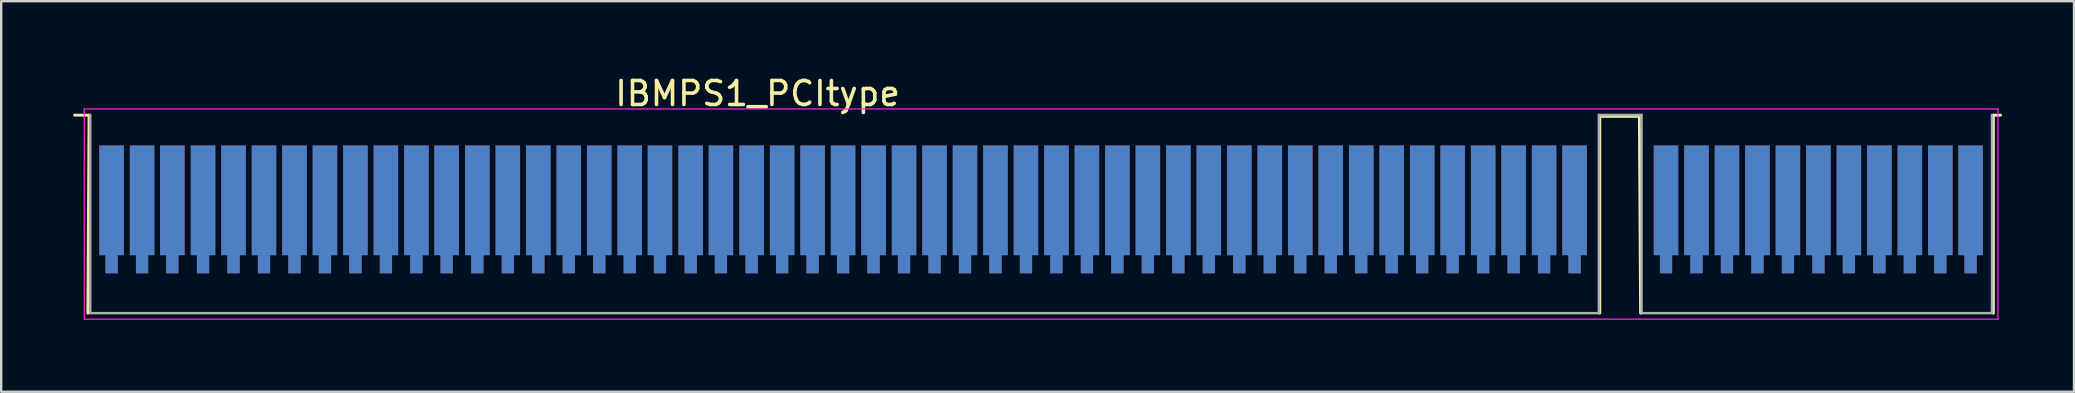
<source format=kicad_pcb>
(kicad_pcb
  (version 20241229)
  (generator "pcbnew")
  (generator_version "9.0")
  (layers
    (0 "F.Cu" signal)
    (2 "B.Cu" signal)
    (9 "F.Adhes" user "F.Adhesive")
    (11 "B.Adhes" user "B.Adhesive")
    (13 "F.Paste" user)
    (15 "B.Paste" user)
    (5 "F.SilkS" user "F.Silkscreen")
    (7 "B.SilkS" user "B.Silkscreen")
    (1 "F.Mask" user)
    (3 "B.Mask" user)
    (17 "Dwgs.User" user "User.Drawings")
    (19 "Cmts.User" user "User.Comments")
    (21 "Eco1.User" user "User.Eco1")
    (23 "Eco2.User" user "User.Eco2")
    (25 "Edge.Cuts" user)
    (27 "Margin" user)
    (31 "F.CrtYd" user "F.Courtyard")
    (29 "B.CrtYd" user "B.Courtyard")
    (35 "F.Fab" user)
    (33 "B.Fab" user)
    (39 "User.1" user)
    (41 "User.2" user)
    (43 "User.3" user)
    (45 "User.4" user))
  (footprint "IBMPS1_PCItype"
    (layer "F.Cu")
    (at 40.33 6.628)
    (property "Reference" "IBMPS1_PCItype" (at -11.81 -5.78 0) (layer "F.SilkS") (effects (font (size 1 1) (thickness 0.15))))
    (attr smd)
    (fp_line (start -40.27 -4.88) (end -39.67 -4.88) (stroke (width 0.12) (type solid)) (layer "F.SilkS"))
    (fp_line (start -39.67 -4.88) (end -39.72 3.37) (stroke (width 0.12) (type solid)) (layer "F.SilkS"))
    (fp_line (start 23.28 -4.83) (end 24.93 -4.83) (stroke (width 0.12) (type solid)) (layer "F.SilkS"))
    (fp_line (start 23.28 3.37) (end 23.28 -4.83) (stroke (width 0.12) (type solid)) (layer "F.SilkS"))
    (fp_line (start 24.93 -4.83) (end 24.98 3.37) (stroke (width 0.12) (type solid)) (layer "F.SilkS"))
    (fp_line (start 39.68 -4.88) (end 39.98 -4.88) (stroke (width 0.12) (type solid)) (layer "F.SilkS"))
    (fp_line (start 39.68 3.37) (end 39.68 -4.88) (stroke (width 0.12) (type solid)) (layer "F.SilkS"))
    (fp_line (start -39.87 -5.14) (end -39.87 3.62) (stroke (width 0.05) (type solid)) (layer "F.CrtYd"))
    (fp_line (start -39.87 -5.14) (end 39.87 -5.14) (stroke (width 0.05) (type solid)) (layer "F.CrtYd"))
    (fp_line (start 39.87 3.62) (end -39.87 3.62) (stroke (width 0.05) (type solid)) (layer "F.CrtYd"))
    (fp_line (start 39.87 3.62) (end 39.87 -5.14) (stroke (width 0.05) (type solid)) (layer "F.CrtYd"))
    (fp_line (start -39.62 -4.89) (end -39.62 3.37) (stroke (width 0.1) (type solid)) (layer "F.Fab"))
    (fp_line (start -39.62 3.37) (end 23.24 3.37) (stroke (width 0.1) (type solid)) (layer "F.Fab"))
    (fp_line (start 23.24 -4.89) (end 25.02 -4.89) (stroke (width 0.1) (type solid)) (layer "F.Fab"))
    (fp_line (start 23.24 3.37) (end 23.24 -4.89) (stroke (width 0.1) (type solid)) (layer "F.Fab"))
    (fp_line (start 25.02 -4.89) (end 25.02 3.37) (stroke (width 0.1) (type solid)) (layer "F.Fab"))
    (fp_line (start 25.02 3.37) (end 39.62 3.37) (stroke (width 0.1) (type solid)) (layer "F.Fab"))
    (fp_line (start 39.62 3.37) (end 39.62 -4.89) (stroke (width 0.1) (type solid)) (layer "F.Fab"))
    (pad "A1" connect rect (at -38.73 -1.33) (size 1.02 4.57) (layers "B.Cu" "B.Mask"))
    (pad "A1" connect rect (at -38.73 1.33) (size 0.51 0.76) (layers "B.Cu" "B.Mask"))
    (pad "A2" connect rect (at -37.46 -1.33) (size 1.02 4.57) (layers "B.Cu" "B.Mask"))
    (pad "A2" connect rect (at -37.46 1.33) (size 0.51 0.76) (layers "B.Cu" "B.Mask"))
    (pad "A3" connect rect (at -36.2 -1.33) (size 1.02 4.57) (layers "B.Cu" "B.Mask"))
    (pad "A3" connect rect (at -36.2 1.33) (size 0.51 0.76) (layers "B.Cu" "B.Mask"))
    (pad "A4" connect rect (at -34.92 -1.33) (size 1.02 4.57) (layers "B.Cu" "B.Mask"))
    (pad "A4" connect rect (at -34.92 1.33) (size 0.51 0.76) (layers "B.Cu" "B.Mask"))
    (pad "A5" connect rect (at -33.65 -1.33) (size 1.02 4.57) (layers "B.Cu" "B.Mask"))
    (pad "A5" connect rect (at -33.65 1.33) (size 0.51 0.76) (layers "B.Cu" "B.Mask"))
    (pad "A6" connect rect (at -32.38 -1.33) (size 1.02 4.57) (layers "B.Cu" "B.Mask"))
    (pad "A6" connect rect (at -32.38 1.33) (size 0.51 0.76) (layers "B.Cu" "B.Mask"))
    (pad "A7" connect rect (at -31.11 -1.33) (size 1.02 4.57) (layers "B.Cu" "B.Mask"))
    (pad "A7" connect rect (at -31.11 1.33) (size 0.51 0.76) (layers "B.Cu" "B.Mask"))
    (pad "A8" connect rect (at -29.84 -1.33) (size 1.02 4.57) (layers "B.Cu" "B.Mask"))
    (pad "A8" connect rect (at -29.84 1.33) (size 0.51 0.76) (layers "B.Cu" "B.Mask"))
    (pad "A9" connect rect (at -28.57 -1.33) (size 1.02 4.57) (layers "B.Cu" "B.Mask"))
    (pad "A9" connect rect (at -28.57 1.33) (size 0.51 0.76) (layers "B.Cu" "B.Mask"))
    (pad "A10" connect rect (at -27.3 -1.33) (size 1.02 4.57) (layers "B.Cu" "B.Mask"))
    (pad "A10" connect rect (at -27.3 1.33) (size 0.51 0.76) (layers "B.Cu" "B.Mask"))
    (pad "A11" connect rect (at -26.03 -1.33) (size 1.02 4.57) (layers "B.Cu" "B.Mask"))
    (pad "A11" connect rect (at -26.03 1.33) (size 0.51 0.76) (layers "B.Cu" "B.Mask"))
    (pad "A12" connect rect (at -24.77 -1.33) (size 1.02 4.57) (layers "B.Cu" "B.Mask"))
    (pad "A12" connect rect (at -24.77 1.33) (size 0.51 0.76) (layers "B.Cu" "B.Mask"))
    (pad "A13" connect rect (at -23.49 -1.33) (size 1.02 4.57) (layers "B.Cu" "B.Mask"))
    (pad "A13" connect rect (at -23.49 1.33) (size 0.51 0.76) (layers "B.Cu" "B.Mask"))
    (pad "A14" connect rect (at -22.22 -1.33) (size 1.02 4.57) (layers "B.Cu" "B.Mask"))
    (pad "A14" connect rect (at -22.22 1.33) (size 0.51 0.76) (layers "B.Cu" "B.Mask"))
    (pad "A15" connect rect (at -20.95 -1.33) (size 1.02 4.57) (layers "B.Cu" "B.Mask"))
    (pad "A15" connect rect (at -20.95 1.33) (size 0.51 0.76) (layers "B.Cu" "B.Mask"))
    (pad "A16" connect rect (at -19.68 -1.33) (size 1.02 4.57) (layers "B.Cu" "B.Mask"))
    (pad "A16" connect rect (at -19.68 1.33) (size 0.51 0.76) (layers "B.Cu" "B.Mask"))
    (pad "A17" connect rect (at -18.41 -1.33) (size 1.02 4.57) (layers "B.Cu" "B.Mask"))
    (pad "A17" connect rect (at -18.41 1.33) (size 0.51 0.76) (layers "B.Cu" "B.Mask"))
    (pad "A18" connect rect (at -17.14 -1.33) (size 1.02 4.57) (layers "B.Cu" "B.Mask"))
    (pad "A18" connect rect (at -17.14 1.33) (size 0.51 0.76) (layers "B.Cu" "B.Mask"))
    (pad "A19" connect rect (at -15.88 -1.33) (size 1.02 4.57) (layers "B.Cu" "B.Mask"))
    (pad "A19" connect rect (at -15.88 1.33) (size 0.51 0.76) (layers "B.Cu" "B.Mask"))
    (pad "A20" connect rect (at -14.6 -1.33) (size 1.02 4.57) (layers "B.Cu" "B.Mask"))
    (pad "A20" connect rect (at -14.6 1.33) (size 0.51 0.76) (layers "B.Cu" "B.Mask"))
    (pad "A21" connect rect (at -13.34 -1.33) (size 1.02 4.57) (layers "B.Cu" "B.Mask"))
    (pad "A21" connect rect (at -13.34 1.33) (size 0.51 0.76) (layers "B.Cu" "B.Mask"))
    (pad "A22" connect rect (at -12.06 -1.33) (size 1.02 4.57) (layers "B.Cu" "B.Mask"))
    (pad "A22" connect rect (at -12.06 1.33) (size 0.51 0.76) (layers "B.Cu" "B.Mask"))
    (pad "A23" connect rect (at -10.79 -1.33) (size 1.02 4.57) (layers "B.Cu" "B.Mask"))
    (pad "A23" connect rect (at -10.79 1.33) (size 0.51 0.76) (layers "B.Cu" "B.Mask"))
    (pad "A24" connect rect (at -9.52 -1.33) (size 1.02 4.57) (layers "B.Cu" "B.Mask"))
    (pad "A24" connect rect (at -9.52 1.33) (size 0.51 0.76) (layers "B.Cu" "B.Mask"))
    (pad "A25" connect rect (at -8.25 -1.33) (size 1.02 4.57) (layers "B.Cu" "B.Mask"))
    (pad "A25" connect rect (at -8.25 1.33) (size 0.51 0.76) (layers "B.Cu" "B.Mask"))
    (pad "A26" connect rect (at -6.98 -1.33) (size 1.02 4.57) (layers "B.Cu" "B.Mask"))
    (pad "A26" connect rect (at -6.98 1.33) (size 0.51 0.76) (layers "B.Cu" "B.Mask"))
    (pad "A27" connect rect (at -5.71 -1.33) (size 1.02 4.57) (layers "B.Cu" "B.Mask"))
    (pad "A27" connect rect (at -5.71 1.33) (size 0.51 0.76) (layers "B.Cu" "B.Mask"))
    (pad "A28" connect rect (at -4.44 -1.33) (size 1.02 4.57) (layers "B.Cu" "B.Mask"))
    (pad "A28" connect rect (at -4.44 1.33) (size 0.51 0.76) (layers "B.Cu" "B.Mask"))
    (pad "A29" connect rect (at -3.17 -1.33) (size 1.02 4.57) (layers "B.Cu" "B.Mask"))
    (pad "A29" connect rect (at -3.17 1.33) (size 0.51 0.76) (layers "B.Cu" "B.Mask"))
    (pad "A30" connect rect (at -1.9 -1.33) (size 1.02 4.57) (layers "B.Cu" "B.Mask"))
    (pad "A30" connect rect (at -1.9 1.33) (size 0.51 0.76) (layers "B.Cu" "B.Mask"))
    (pad "A31" connect rect (at -0.63 -1.33) (size 1.02 4.57) (layers "B.Cu" "B.Mask"))
    (pad "A31" connect rect (at -0.63 1.33) (size 0.51 0.76) (layers "B.Cu" "B.Mask"))
    (pad "A32" connect rect (at 0.64 -1.33) (size 1.02 4.57) (layers "B.Cu" "B.Mask"))
    (pad "A32" connect rect (at 0.64 1.33) (size 0.51 0.76) (layers "B.Cu" "B.Mask"))
    (pad "A33" connect rect (at 1.91 -1.33) (size 1.02 4.57) (layers "B.Cu" "B.Mask"))
    (pad "A33" connect rect (at 1.91 1.33) (size 0.51 0.76) (layers "B.Cu" "B.Mask"))
    (pad "A34" connect rect (at 3.18 -1.33) (size 1.02 4.57) (layers "B.Cu" "B.Mask"))
    (pad "A34" connect rect (at 3.18 1.33) (size 0.51 0.76) (layers "B.Cu" "B.Mask"))
    (pad "A35" connect rect (at 4.45 -1.33) (size 1.02 4.57) (layers "B.Cu" "B.Mask"))
    (pad "A35" connect rect (at 4.45 1.33) (size 0.51 0.76) (layers "B.Cu" "B.Mask"))
    (pad "A36" connect rect (at 5.72 -1.33) (size 1.02 4.57) (layers "B.Cu" "B.Mask"))
    (pad "A36" connect rect (at 5.72 1.33) (size 0.51 0.76) (layers "B.Cu" "B.Mask"))
    (pad "A37" connect rect (at 6.99 -1.33) (size 1.02 4.57) (layers "B.Cu" "B.Mask"))
    (pad "A37" connect rect (at 6.99 1.33) (size 0.51 0.76) (layers "B.Cu" "B.Mask"))
    (pad "A38" connect rect (at 8.26 -1.33) (size 1.02 4.57) (layers "B.Cu" "B.Mask"))
    (pad "A38" connect rect (at 8.26 1.33) (size 0.51 0.76) (layers "B.Cu" "B.Mask"))
    (pad "A39" connect rect (at 9.53 -1.33) (size 1.02 4.57) (layers "B.Cu" "B.Mask"))
    (pad "A39" connect rect (at 9.53 1.33) (size 0.51 0.76) (layers "B.Cu" "B.Mask"))
    (pad "A40" connect rect (at 10.8 -1.33) (size 1.02 4.57) (layers "B.Cu" "B.Mask"))
    (pad "A40" connect rect (at 10.8 1.33) (size 0.51 0.76) (layers "B.Cu" "B.Mask"))
    (pad "A41" connect rect (at 12.07 -1.33) (size 1.02 4.57) (layers "B.Cu" "B.Mask"))
    (pad "A41" connect rect (at 12.07 1.33) (size 0.51 0.76) (layers "B.Cu" "B.Mask"))
    (pad "A42" connect rect (at 13.34 -1.33) (size 1.02 4.57) (layers "B.Cu" "B.Mask"))
    (pad "A42" connect rect (at 13.34 1.33) (size 0.51 0.76) (layers "B.Cu" "B.Mask"))
    (pad "A43" connect rect (at 14.61 -1.33) (size 1.02 4.57) (layers "B.Cu" "B.Mask"))
    (pad "A43" connect rect (at 14.61 1.33) (size 0.51 0.76) (layers "B.Cu" "B.Mask"))
    (pad "A44" connect rect (at 15.88 -1.33) (size 1.02 4.57) (layers "B.Cu" "B.Mask"))
    (pad "A44" connect rect (at 15.88 1.33) (size 0.51 0.76) (layers "B.Cu" "B.Mask"))
    (pad "A45" connect rect (at 17.15 -1.33) (size 1.02 4.57) (layers "B.Cu" "B.Mask"))
    (pad "A45" connect rect (at 17.15 1.33) (size 0.51 0.76) (layers "B.Cu" "B.Mask"))
    (pad "A46" connect rect (at 18.42 -1.33) (size 1.02 4.57) (layers "B.Cu" "B.Mask"))
    (pad "A46" connect rect (at 18.42 1.33) (size 0.51 0.76) (layers "B.Cu" "B.Mask"))
    (pad "A47" connect rect (at 19.69 -1.33) (size 1.02 4.57) (layers "B.Cu" "B.Mask"))
    (pad "A47" connect rect (at 19.69 1.33) (size 0.51 0.76) (layers "B.Cu" "B.Mask"))
    (pad "A48" connect rect (at 20.96 -1.33) (size 1.02 4.57) (layers "B.Cu" "B.Mask"))
    (pad "A48" connect rect (at 20.96 1.33) (size 0.51 0.76) (layers "B.Cu" "B.Mask"))
    (pad "A49" connect rect (at 22.23 -1.33) (size 1.02 4.57) (layers "B.Cu" "B.Mask"))
    (pad "A49" connect rect (at 22.23 1.33) (size 0.51 0.76) (layers "B.Cu" "B.Mask"))
    (pad "A52" connect rect (at 26.04 -1.33) (size 1.02 4.57) (layers "B.Cu" "B.Mask"))
    (pad "A52" connect rect (at 26.04 1.33) (size 0.51 0.76) (layers "B.Cu" "B.Mask"))
    (pad "A53" connect rect (at 27.31 -1.33) (size 1.02 4.57) (layers "B.Cu" "B.Mask"))
    (pad "A53" connect rect (at 27.31 1.33) (size 0.51 0.76) (layers "B.Cu" "B.Mask"))
    (pad "A54" connect rect (at 28.58 -1.33) (size 1.02 4.57) (layers "B.Cu" "B.Mask"))
    (pad "A54" connect rect (at 28.58 1.33) (size 0.51 0.76) (layers "B.Cu" "B.Mask"))
    (pad "A55" connect rect (at 29.85 -1.33) (size 1.02 4.57) (layers "B.Cu" "B.Mask"))
    (pad "A55" connect rect (at 29.85 1.33) (size 0.51 0.76) (layers "B.Cu" "B.Mask"))
    (pad "A56" connect rect (at 31.12 -1.33) (size 1.02 4.57) (layers "B.Cu" "B.Mask"))
    (pad "A56" connect rect (at 31.12 1.33) (size 0.51 0.76) (layers "B.Cu" "B.Mask"))
    (pad "A57" connect rect (at 32.39 -1.33) (size 1.02 4.57) (layers "B.Cu" "B.Mask"))
    (pad "A57" connect rect (at 32.39 1.33) (size 0.51 0.76) (layers "B.Cu" "B.Mask"))
    (pad "A58" connect rect (at 33.66 -1.33) (size 1.02 4.57) (layers "B.Cu" "B.Mask"))
    (pad "A58" connect rect (at 33.66 1.33) (size 0.51 0.76) (layers "B.Cu" "B.Mask"))
    (pad "A59" connect rect (at 34.93 -1.33) (size 1.02 4.57) (layers "B.Cu" "B.Mask"))
    (pad "A59" connect rect (at 34.93 1.33) (size 0.51 0.76) (layers "B.Cu" "B.Mask"))
    (pad "A60" connect rect (at 36.2 -1.33) (size 1.02 4.57) (layers "B.Cu" "B.Mask"))
    (pad "A60" connect rect (at 36.2 1.33) (size 0.51 0.76) (layers "B.Cu" "B.Mask"))
    (pad "A61" connect rect (at 37.47 -1.33) (size 1.02 4.57) (layers "B.Cu" "B.Mask"))
    (pad "A61" connect rect (at 37.47 1.33) (size 0.51 0.76) (layers "B.Cu" "B.Mask"))
    (pad "A62" connect rect (at 38.73 -1.33) (size 1.02 4.57) (layers "B.Cu" "B.Mask"))
    (pad "A62" connect rect (at 38.73 1.33) (size 0.51 0.76) (layers "B.Cu" "B.Mask"))
    (pad "B1" connect rect (at -38.73 -1.33) (size 1.02 4.57) (layers "F.Cu" "F.Mask"))
    (pad "B1" connect rect (at -38.73 1.33) (size 0.51 0.76) (layers "F.Cu" "F.Mask"))
    (pad "B2" connect rect (at -37.46 -1.33) (size 1.02 4.57) (layers "F.Cu" "F.Mask"))
    (pad "B2" connect rect (at -37.46 1.33) (size 0.51 0.76) (layers "F.Cu" "F.Mask"))
    (pad "B3" connect rect (at -36.2 -1.33) (size 1.02 4.57) (layers "F.Cu" "F.Mask"))
    (pad "B3" connect rect (at -36.2 1.33) (size 0.51 0.76) (layers "F.Cu" "F.Mask"))
    (pad "B4" connect rect (at -34.92 -1.33) (size 1.02 4.57) (layers "F.Cu" "F.Mask"))
    (pad "B4" connect rect (at -34.92 1.33) (size 0.51 0.76) (layers "F.Cu" "F.Mask"))
    (pad "B5" connect rect (at -33.65 -1.33) (size 1.02 4.57) (layers "F.Cu" "F.Mask"))
    (pad "B5" connect rect (at -33.65 1.33) (size 0.51 0.76) (layers "F.Cu" "F.Mask"))
    (pad "B6" connect rect (at -32.38 -1.33) (size 1.02 4.57) (layers "F.Cu" "F.Mask"))
    (pad "B6" connect rect (at -32.38 1.33) (size 0.51 0.76) (layers "F.Cu" "F.Mask"))
    (pad "B7" connect rect (at -31.11 -1.33) (size 1.02 4.57) (layers "F.Cu" "F.Mask"))
    (pad "B7" connect rect (at -31.11 1.33) (size 0.51 0.76) (layers "F.Cu" "F.Mask"))
    (pad "B8" connect rect (at -29.84 -1.33) (size 1.02 4.57) (layers "F.Cu" "F.Mask"))
    (pad "B8" connect rect (at -29.84 1.33) (size 0.51 0.76) (layers "F.Cu" "F.Mask"))
    (pad "B9" connect rect (at -28.57 -1.33) (size 1.02 4.57) (layers "F.Cu" "F.Mask"))
    (pad "B9" connect rect (at -28.57 1.33) (size 0.51 0.76) (layers "F.Cu" "F.Mask"))
    (pad "B10" connect rect (at -27.3 -1.33) (size 1.02 4.57) (layers "F.Cu" "F.Mask"))
    (pad "B10" connect rect (at -27.3 1.33) (size 0.51 0.76) (layers "F.Cu" "F.Mask"))
    (pad "B11" connect rect (at -26.03 -1.33) (size 1.02 4.57) (layers "F.Cu" "F.Mask"))
    (pad "B11" connect rect (at -26.03 1.33) (size 0.51 0.76) (layers "F.Cu" "F.Mask"))
    (pad "B12" connect rect (at -24.77 -1.33) (size 1.02 4.57) (layers "F.Cu" "F.Mask"))
    (pad "B12" connect rect (at -24.77 1.33) (size 0.51 0.76) (layers "F.Cu" "F.Mask"))
    (pad "B13" connect rect (at -23.49 -1.33) (size 1.02 4.57) (layers "F.Cu" "F.Mask"))
    (pad "B13" connect rect (at -23.49 1.33) (size 0.51 0.76) (layers "F.Cu" "F.Mask"))
    (pad "B14" connect rect (at -22.22 -1.33) (size 1.02 4.57) (layers "F.Cu" "F.Mask"))
    (pad "B14" connect rect (at -22.22 1.33) (size 0.51 0.76) (layers "F.Cu" "F.Mask"))
    (pad "B15" connect rect (at -20.95 -1.33) (size 1.02 4.57) (layers "F.Cu" "F.Mask"))
    (pad "B15" connect rect (at -20.95 1.33) (size 0.51 0.76) (layers "F.Cu" "F.Mask"))
    (pad "B16" connect rect (at -19.68 -1.33) (size 1.02 4.57) (layers "F.Cu" "F.Mask"))
    (pad "B16" connect rect (at -19.68 1.33) (size 0.51 0.76) (layers "F.Cu" "F.Mask"))
    (pad "B17" connect rect (at -18.41 -1.33) (size 1.02 4.57) (layers "F.Cu" "F.Mask"))
    (pad "B17" connect rect (at -18.41 1.33) (size 0.51 0.76) (layers "F.Cu" "F.Mask"))
    (pad "B18" connect rect (at -17.14 -1.33) (size 1.02 4.57) (layers "F.Cu" "F.Mask"))
    (pad "B18" connect rect (at -17.14 1.33) (size 0.51 0.76) (layers "F.Cu" "F.Mask"))
    (pad "B19" connect rect (at -15.88 -1.33) (size 1.02 4.57) (layers "F.Cu" "F.Mask"))
    (pad "B19" connect rect (at -15.88 1.33) (size 0.51 0.76) (layers "F.Cu" "F.Mask"))
    (pad "B20" connect rect (at -14.6 -1.33) (size 1.02 4.57) (layers "F.Cu" "F.Mask"))
    (pad "B20" connect rect (at -14.6 1.33) (size 0.51 0.76) (layers "F.Cu" "F.Mask"))
    (pad "B21" connect rect (at -13.34 -1.33) (size 1.02 4.57) (layers "F.Cu" "F.Mask"))
    (pad "B21" connect rect (at -13.34 1.33) (size 0.51 0.76) (layers "F.Cu" "F.Mask"))
    (pad "B22" connect rect (at -12.06 -1.33) (size 1.02 4.57) (layers "F.Cu" "F.Mask"))
    (pad "B22" connect rect (at -12.06 1.33) (size 0.51 0.76) (layers "F.Cu" "F.Mask"))
    (pad "B23" connect rect (at -10.79 -1.33) (size 1.02 4.57) (layers "F.Cu" "F.Mask"))
    (pad "B23" connect rect (at -10.79 1.33) (size 0.51 0.76) (layers "F.Cu" "F.Mask"))
    (pad "B24" connect rect (at -9.52 -1.33) (size 1.02 4.57) (layers "F.Cu" "F.Mask"))
    (pad "B24" connect rect (at -9.52 1.33) (size 0.51 0.76) (layers "F.Cu" "F.Mask"))
    (pad "B25" connect rect (at -8.25 -1.33) (size 1.02 4.57) (layers "F.Cu" "F.Mask"))
    (pad "B25" connect rect (at -8.25 1.33) (size 0.51 0.76) (layers "F.Cu" "F.Mask"))
    (pad "B26" connect rect (at -6.98 -1.33) (size 1.02 4.57) (layers "F.Cu" "F.Mask"))
    (pad "B26" connect rect (at -6.98 1.33) (size 0.51 0.76) (layers "F.Cu" "F.Mask"))
    (pad "B27" connect rect (at -5.71 -1.33) (size 1.02 4.57) (layers "F.Cu" "F.Mask"))
    (pad "B27" connect rect (at -5.71 1.33) (size 0.51 0.76) (layers "F.Cu" "F.Mask"))
    (pad "B28" connect rect (at -4.44 -1.33) (size 1.02 4.57) (layers "F.Cu" "F.Mask"))
    (pad "B28" connect rect (at -4.44 1.33) (size 0.51 0.76) (layers "F.Cu" "F.Mask"))
    (pad "B29" connect rect (at -3.17 -1.33) (size 1.02 4.57) (layers "F.Cu" "F.Mask"))
    (pad "B29" connect rect (at -3.17 1.33) (size 0.51 0.76) (layers "F.Cu" "F.Mask"))
    (pad "B30" connect rect (at -1.9 -1.33) (size 1.02 4.57) (layers "F.Cu" "F.Mask"))
    (pad "B30" connect rect (at -1.9 1.33) (size 0.51 0.76) (layers "F.Cu" "F.Mask"))
    (pad "B31" connect rect (at -0.63 -1.33) (size 1.02 4.57) (layers "F.Cu" "F.Mask"))
    (pad "B31" connect rect (at -0.63 1.33) (size 0.51 0.76) (layers "F.Cu" "F.Mask"))
    (pad "B32" connect rect (at 0.64 -1.33) (size 1.02 4.57) (layers "F.Cu" "F.Mask"))
    (pad "B32" connect rect (at 0.64 1.33) (size 0.51 0.76) (layers "F.Cu" "F.Mask"))
    (pad "B33" connect rect (at 1.91 -1.33) (size 1.02 4.57) (layers "F.Cu" "F.Mask"))
    (pad "B33" connect rect (at 1.91 1.33) (size 0.51 0.76) (layers "F.Cu" "F.Mask"))
    (pad "B34" connect rect (at 3.18 -1.33) (size 1.02 4.57) (layers "F.Cu" "F.Mask"))
    (pad "B34" connect rect (at 3.18 1.33) (size 0.51 0.76) (layers "F.Cu" "F.Mask"))
    (pad "B35" connect rect (at 4.45 -1.33) (size 1.02 4.57) (layers "F.Cu" "F.Mask"))
    (pad "B35" connect rect (at 4.45 1.33) (size 0.51 0.76) (layers "F.Cu" "F.Mask"))
    (pad "B36" connect rect (at 5.72 -1.33) (size 1.02 4.57) (layers "F.Cu" "F.Mask"))
    (pad "B36" connect rect (at 5.72 1.33) (size 0.51 0.76) (layers "F.Cu" "F.Mask"))
    (pad "B37" connect rect (at 6.99 -1.33) (size 1.02 4.57) (layers "F.Cu" "F.Mask"))
    (pad "B37" connect rect (at 6.99 1.33) (size 0.51 0.76) (layers "F.Cu" "F.Mask"))
    (pad "B38" connect rect (at 8.26 -1.33) (size 1.02 4.57) (layers "F.Cu" "F.Mask"))
    (pad "B38" connect rect (at 8.26 1.33) (size 0.51 0.76) (layers "F.Cu" "F.Mask"))
    (pad "B39" connect rect (at 9.53 -1.33) (size 1.02 4.57) (layers "F.Cu" "F.Mask"))
    (pad "B39" connect rect (at 9.53 1.33) (size 0.51 0.76) (layers "F.Cu" "F.Mask"))
    (pad "B40" connect rect (at 10.8 -1.33) (size 1.02 4.57) (layers "F.Cu" "F.Mask"))
    (pad "B40" connect rect (at 10.8 1.33) (size 0.51 0.76) (layers "F.Cu" "F.Mask"))
    (pad "B41" connect rect (at 12.07 -1.33) (size 1.02 4.57) (layers "F.Cu" "F.Mask"))
    (pad "B41" connect rect (at 12.07 1.33) (size 0.51 0.76) (layers "F.Cu" "F.Mask"))
    (pad "B42" connect rect (at 13.34 -1.33) (size 1.02 4.57) (layers "F.Cu" "F.Mask"))
    (pad "B42" connect rect (at 13.34 1.33) (size 0.51 0.76) (layers "F.Cu" "F.Mask"))
    (pad "B43" connect rect (at 14.61 -1.33) (size 1.02 4.57) (layers "F.Cu" "F.Mask"))
    (pad "B43" connect rect (at 14.61 1.33) (size 0.51 0.76) (layers "F.Cu" "F.Mask"))
    (pad "B44" connect rect (at 15.88 -1.33) (size 1.02 4.57) (layers "F.Cu" "F.Mask"))
    (pad "B44" connect rect (at 15.88 1.33) (size 0.51 0.76) (layers "F.Cu" "F.Mask"))
    (pad "B45" connect rect (at 17.15 -1.33) (size 1.02 4.57) (layers "F.Cu" "F.Mask"))
    (pad "B45" connect rect (at 17.15 1.33) (size 0.51 0.76) (layers "F.Cu" "F.Mask"))
    (pad "B46" connect rect (at 18.42 -1.33) (size 1.02 4.57) (layers "F.Cu" "F.Mask"))
    (pad "B46" connect rect (at 18.42 1.33) (size 0.51 0.76) (layers "F.Cu" "F.Mask"))
    (pad "B47" connect rect (at 19.69 -1.33) (size 1.02 4.57) (layers "F.Cu" "F.Mask"))
    (pad "B47" connect rect (at 19.69 1.33) (size 0.51 0.76) (layers "F.Cu" "F.Mask"))
    (pad "B48" connect rect (at 20.96 -1.33) (size 1.02 4.57) (layers "F.Cu" "F.Mask"))
    (pad "B48" connect rect (at 20.96 1.33) (size 0.51 0.76) (layers "F.Cu" "F.Mask"))
    (pad "B49" connect rect (at 22.23 -1.33) (size 1.02 4.57) (layers "F.Cu" "F.Mask"))
    (pad "B49" connect rect (at 22.23 1.33) (size 0.51 0.76) (layers "F.Cu" "F.Mask"))
    (pad "B52" connect rect (at 26.04 -1.33) (size 1.02 4.57) (layers "F.Cu" "F.Mask"))
    (pad "B52" connect rect (at 26.04 1.33) (size 0.51 0.76) (layers "F.Cu" "F.Mask"))
    (pad "B53" connect rect (at 27.31 -1.33) (size 1.02 4.57) (layers "F.Cu" "F.Mask"))
    (pad "B53" connect rect (at 27.31 1.33) (size 0.51 0.76) (layers "F.Cu" "F.Mask"))
    (pad "B54" connect rect (at 28.58 -1.33) (size 1.02 4.57) (layers "F.Cu" "F.Mask"))
    (pad "B54" connect rect (at 28.58 1.33) (size 0.51 0.76) (layers "F.Cu" "F.Mask"))
    (pad "B55" connect rect (at 29.85 -1.33) (size 1.02 4.57) (layers "F.Cu" "F.Mask"))
    (pad "B55" connect rect (at 29.85 1.33) (size 0.51 0.76) (layers "F.Cu" "F.Mask"))
    (pad "B56" connect rect (at 31.12 -1.33) (size 1.02 4.57) (layers "F.Cu" "F.Mask"))
    (pad "B56" connect rect (at 31.12 1.33) (size 0.51 0.76) (layers "F.Cu" "F.Mask"))
    (pad "B57" connect rect (at 32.39 -1.33) (size 1.02 4.57) (layers "F.Cu" "F.Mask"))
    (pad "B57" connect rect (at 32.39 1.33) (size 0.51 0.76) (layers "F.Cu" "F.Mask"))
    (pad "B58" connect rect (at 33.66 -1.33) (size 1.02 4.57) (layers "F.Cu" "F.Mask"))
    (pad "B58" connect rect (at 33.66 1.33) (size 0.51 0.76) (layers "F.Cu" "F.Mask"))
    (pad "B59" connect rect (at 34.93 -1.33) (size 1.02 4.57) (layers "F.Cu" "F.Mask"))
    (pad "B59" connect rect (at 34.93 1.33) (size 0.51 0.76) (layers "F.Cu" "F.Mask"))
    (pad "B60" connect rect (at 36.2 -1.33) (size 1.02 4.57) (layers "F.Cu" "F.Mask"))
    (pad "B60" connect rect (at 36.2 1.33) (size 0.51 0.76) (layers "F.Cu" "F.Mask"))
    (pad "B61" connect rect (at 37.47 -1.33) (size 1.02 4.57) (layers "F.Cu" "F.Mask"))
    (pad "B61" connect rect (at 37.47 1.33) (size 0.51 0.76) (layers "F.Cu" "F.Mask"))
    (pad "B62" connect rect (at 38.73 -1.33) (size 1.02 4.57) (layers "F.Cu" "F.Mask"))
    (pad "B62" connect rect (at 38.73 1.33) (size 0.51 0.76) (layers "F.Cu" "F.Mask")))
  (gr_rect
    (start -3 -3)
    (end 83.37 13.273)
    (stroke (width 0.1) (type default))
    (fill no)
    (layer "Edge.Cuts")))
</source>
